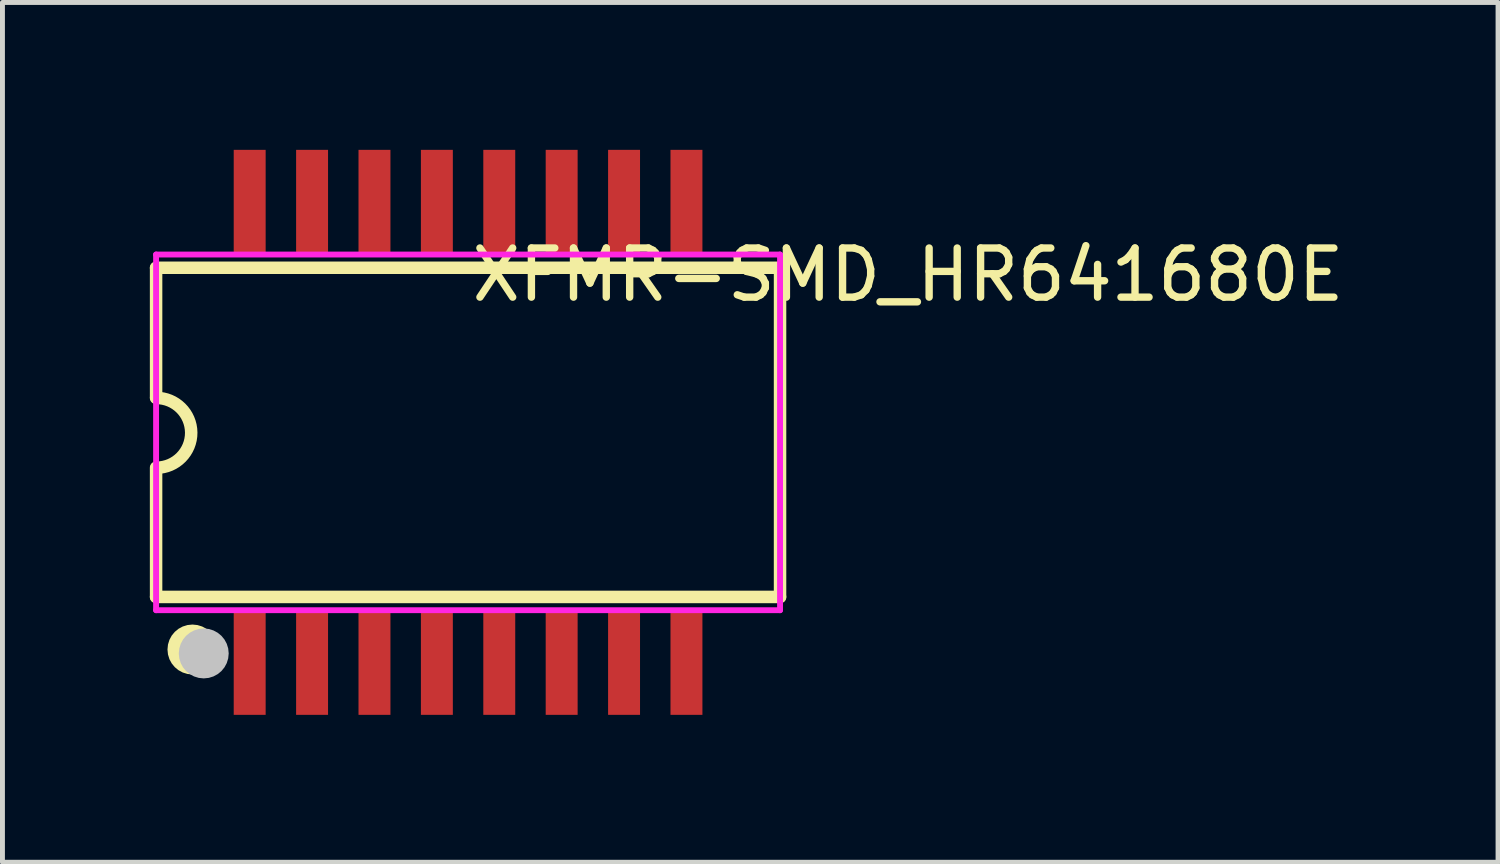
<source format=kicad_pcb>
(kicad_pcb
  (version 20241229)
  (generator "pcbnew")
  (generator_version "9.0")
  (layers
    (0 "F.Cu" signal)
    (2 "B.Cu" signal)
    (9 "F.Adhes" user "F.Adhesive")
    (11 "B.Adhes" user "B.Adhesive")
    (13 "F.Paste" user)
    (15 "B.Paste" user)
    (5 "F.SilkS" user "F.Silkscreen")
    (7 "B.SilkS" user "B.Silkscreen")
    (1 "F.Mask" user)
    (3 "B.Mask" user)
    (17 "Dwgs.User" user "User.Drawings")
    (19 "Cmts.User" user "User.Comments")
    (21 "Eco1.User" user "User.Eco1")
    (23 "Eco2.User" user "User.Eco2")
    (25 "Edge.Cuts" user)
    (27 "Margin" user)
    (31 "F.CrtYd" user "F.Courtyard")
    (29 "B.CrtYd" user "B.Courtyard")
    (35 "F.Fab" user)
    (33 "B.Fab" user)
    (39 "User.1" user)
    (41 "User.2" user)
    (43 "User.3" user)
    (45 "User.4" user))
  (footprint "XFMR-SMD_HR641680E"
    (layer "F.Cu")
    (at 6.477 5.75)
    (property "Reference" "XFMR-SMD_HR641680E" (at 0 -3.207 0) (layer "F.SilkS") (effects (font (size 1 1) (thickness 0.15)) (justify left)))
    (attr through_hole)
    (fp_line (start -6.35 -3.35) (end 6.35 -3.35) (stroke (width 0.254) (type solid)) (layer "F.SilkS"))
    (fp_line (start -6.35 -0.715) (end -6.35 -3.345) (stroke (width 0.254) (type solid)) (layer "F.SilkS"))
    (fp_line (start -6.35 3.35) (end -6.35 0.72) (stroke (width 0.254) (type solid)) (layer "F.SilkS"))
    (fp_line (start -6.35 3.35) (end 6.35 3.35) (stroke (width 0.254) (type solid)) (layer "F.SilkS"))
    (fp_line (start 6.35 3.35) (end 6.35 -3.35) (stroke (width 0.254) (type solid)) (layer "F.SilkS"))
    (fp_arc (start -6.35 -0.7) (mid -5.635 0.005) (end -6.34 0.72) (stroke (width 0.254) (type solid)) (layer "F.SilkS"))
    (fp_circle (center -5.61 4.42) (end -5.356 4.42) (stroke (width 0.508) (type solid)) (fill no) (layer "F.SilkS"))
    (fp_circle (center -5.38 4.5) (end -5.126 4.5) (stroke (width 0.508) (type solid)) (fill no) (layer "Dwgs.User"))
    (fp_line (start -4.699 -4.137) (end -4.191 -4.137) (stroke (width 0.12) (type solid)) (layer "Eco2.User"))
    (fp_line (start -4.699 -3.609) (end -4.699 -4.137) (stroke (width 0.12) (type solid)) (layer "Eco2.User"))
    (fp_line (start -4.699 3.61) (end -4.191 3.61) (stroke (width 0.12) (type solid)) (layer "Eco2.User"))
    (fp_line (start -4.699 4.138) (end -4.699 3.61) (stroke (width 0.12) (type solid)) (layer "Eco2.User"))
    (fp_line (start -4.191 -4.137) (end -4.191 -3.609) (stroke (width 0.12) (type solid)) (layer "Eco2.User"))
    (fp_line (start -4.191 -3.609) (end -4.699 -3.609) (stroke (width 0.12) (type solid)) (layer "Eco2.User"))
    (fp_line (start -4.191 3.61) (end -4.191 4.138) (stroke (width 0.12) (type solid)) (layer "Eco2.User"))
    (fp_line (start -4.191 4.138) (end -4.699 4.138) (stroke (width 0.12) (type solid)) (layer "Eco2.User"))
    (fp_line (start -3.429 -4.137) (end -2.921 -4.137) (stroke (width 0.12) (type solid)) (layer "Eco2.User"))
    (fp_line (start -3.429 -3.609) (end -3.429 -4.137) (stroke (width 0.12) (type solid)) (layer "Eco2.User"))
    (fp_line (start -3.429 3.61) (end -2.921 3.61) (stroke (width 0.12) (type solid)) (layer "Eco2.User"))
    (fp_line (start -3.429 4.138) (end -3.429 3.61) (stroke (width 0.12) (type solid)) (layer "Eco2.User"))
    (fp_line (start -2.921 -4.137) (end -2.921 -3.609) (stroke (width 0.12) (type solid)) (layer "Eco2.User"))
    (fp_line (start -2.921 -3.609) (end -3.429 -3.609) (stroke (width 0.12) (type solid)) (layer "Eco2.User"))
    (fp_line (start -2.921 3.61) (end -2.921 4.138) (stroke (width 0.12) (type solid)) (layer "Eco2.User"))
    (fp_line (start -2.921 4.138) (end -3.429 4.138) (stroke (width 0.12) (type solid)) (layer "Eco2.User"))
    (fp_line (start -2.159 -4.137) (end -1.651 -4.137) (stroke (width 0.12) (type solid)) (layer "Eco2.User"))
    (fp_line (start -2.159 -3.609) (end -2.159 -4.137) (stroke (width 0.12) (type solid)) (layer "Eco2.User"))
    (fp_line (start -2.159 3.61) (end -1.651 3.61) (stroke (width 0.12) (type solid)) (layer "Eco2.User"))
    (fp_line (start -2.159 4.138) (end -2.159 3.61) (stroke (width 0.12) (type solid)) (layer "Eco2.User"))
    (fp_line (start -1.651 -4.137) (end -1.651 -3.609) (stroke (width 0.12) (type solid)) (layer "Eco2.User"))
    (fp_line (start -1.651 -3.609) (end -2.159 -3.609) (stroke (width 0.12) (type solid)) (layer "Eco2.User"))
    (fp_line (start -1.651 3.61) (end -1.651 4.138) (stroke (width 0.12) (type solid)) (layer "Eco2.User"))
    (fp_line (start -1.651 4.138) (end -2.159 4.138) (stroke (width 0.12) (type solid)) (layer "Eco2.User"))
    (fp_line (start -0.889 -4.137) (end -0.381 -4.137) (stroke (width 0.12) (type solid)) (layer "Eco2.User"))
    (fp_line (start -0.889 -3.609) (end -0.889 -4.137) (stroke (width 0.12) (type solid)) (layer "Eco2.User"))
    (fp_line (start -0.889 3.61) (end -0.381 3.61) (stroke (width 0.12) (type solid)) (layer "Eco2.User"))
    (fp_line (start -0.889 4.138) (end -0.889 3.61) (stroke (width 0.12) (type solid)) (layer "Eco2.User"))
    (fp_line (start -0.381 -4.137) (end -0.381 -3.609) (stroke (width 0.12) (type solid)) (layer "Eco2.User"))
    (fp_line (start -0.381 -3.609) (end -0.889 -3.609) (stroke (width 0.12) (type solid)) (layer "Eco2.User"))
    (fp_line (start -0.381 3.61) (end -0.381 4.138) (stroke (width 0.12) (type solid)) (layer "Eco2.User"))
    (fp_line (start -0.381 4.138) (end -0.889 4.138) (stroke (width 0.12) (type solid)) (layer "Eco2.User"))
    (fp_line (start 0.381 -4.137) (end 0.889 -4.137) (stroke (width 0.12) (type solid)) (layer "Eco2.User"))
    (fp_line (start 0.381 -3.609) (end 0.381 -4.137) (stroke (width 0.12) (type solid)) (layer "Eco2.User"))
    (fp_line (start 0.381 3.61) (end 0.889 3.61) (stroke (width 0.12) (type solid)) (layer "Eco2.User"))
    (fp_line (start 0.381 4.138) (end 0.381 3.61) (stroke (width 0.12) (type solid)) (layer "Eco2.User"))
    (fp_line (start 0.889 -4.137) (end 0.889 -3.609) (stroke (width 0.12) (type solid)) (layer "Eco2.User"))
    (fp_line (start 0.889 -3.609) (end 0.381 -3.609) (stroke (width 0.12) (type solid)) (layer "Eco2.User"))
    (fp_line (start 0.889 3.61) (end 0.889 4.138) (stroke (width 0.12) (type solid)) (layer "Eco2.User"))
    (fp_line (start 0.889 4.138) (end 0.381 4.138) (stroke (width 0.12) (type solid)) (layer "Eco2.User"))
    (fp_line (start 1.651 -4.137) (end 2.159 -4.137) (stroke (width 0.12) (type solid)) (layer "Eco2.User"))
    (fp_line (start 1.651 -3.609) (end 1.651 -4.137) (stroke (width 0.12) (type solid)) (layer "Eco2.User"))
    (fp_line (start 1.651 3.61) (end 2.159 3.61) (stroke (width 0.12) (type solid)) (layer "Eco2.User"))
    (fp_line (start 1.651 4.138) (end 1.651 3.61) (stroke (width 0.12) (type solid)) (layer "Eco2.User"))
    (fp_line (start 2.159 -4.137) (end 2.159 -3.609) (stroke (width 0.12) (type solid)) (layer "Eco2.User"))
    (fp_line (start 2.159 -3.609) (end 1.651 -3.609) (stroke (width 0.12) (type solid)) (layer "Eco2.User"))
    (fp_line (start 2.159 3.61) (end 2.159 4.138) (stroke (width 0.12) (type solid)) (layer "Eco2.User"))
    (fp_line (start 2.159 4.138) (end 1.651 4.138) (stroke (width 0.12) (type solid)) (layer "Eco2.User"))
    (fp_line (start 2.921 -4.137) (end 3.429 -4.137) (stroke (width 0.12) (type solid)) (layer "Eco2.User"))
    (fp_line (start 2.921 -3.609) (end 2.921 -4.137) (stroke (width 0.12) (type solid)) (layer "Eco2.User"))
    (fp_line (start 2.921 3.61) (end 3.429 3.61) (stroke (width 0.12) (type solid)) (layer "Eco2.User"))
    (fp_line (start 2.921 4.138) (end 2.921 3.61) (stroke (width 0.12) (type solid)) (layer "Eco2.User"))
    (fp_line (start 3.429 -4.137) (end 3.429 -3.609) (stroke (width 0.12) (type solid)) (layer "Eco2.User"))
    (fp_line (start 3.429 -3.609) (end 2.921 -3.609) (stroke (width 0.12) (type solid)) (layer "Eco2.User"))
    (fp_line (start 3.429 3.61) (end 3.429 4.138) (stroke (width 0.12) (type solid)) (layer "Eco2.User"))
    (fp_line (start 3.429 4.138) (end 2.921 4.138) (stroke (width 0.12) (type solid)) (layer "Eco2.User"))
    (fp_line (start 4.191 -4.137) (end 4.699 -4.137) (stroke (width 0.12) (type solid)) (layer "Eco2.User"))
    (fp_line (start 4.191 -3.609) (end 4.191 -4.137) (stroke (width 0.12) (type solid)) (layer "Eco2.User"))
    (fp_line (start 4.191 3.61) (end 4.699 3.61) (stroke (width 0.12) (type solid)) (layer "Eco2.User"))
    (fp_line (start 4.191 4.138) (end 4.191 3.61) (stroke (width 0.12) (type solid)) (layer "Eco2.User"))
    (fp_line (start 4.699 -4.137) (end 4.699 -3.609) (stroke (width 0.12) (type solid)) (layer "Eco2.User"))
    (fp_line (start 4.699 -3.609) (end 4.191 -3.609) (stroke (width 0.12) (type solid)) (layer "Eco2.User"))
    (fp_line (start 4.699 3.61) (end 4.699 4.138) (stroke (width 0.12) (type solid)) (layer "Eco2.User"))
    (fp_line (start 4.699 4.138) (end 4.191 4.138) (stroke (width 0.12) (type solid)) (layer "Eco2.User"))
    (fp_circle (center -6.35 4.763) (end -6.32 4.763) (stroke (width 0.06) (type solid)) (fill no) (layer "Eco2.User"))
    (fp_poly (pts (xy -4.699 -4.127) (xy -4.699 -4.762) (xy -4.191 -4.762) (xy -4.191 -4.127)) (stroke (width 0.12) (type solid)) (fill no) (layer "Eco2.User"))
    (fp_poly (pts (xy -4.699 4.763) (xy -4.699 4.128) (xy -4.191 4.128) (xy -4.191 4.763)) (stroke (width 0.12) (type solid)) (fill no) (layer "Eco2.User"))
    (fp_poly (pts (xy -3.429 -4.127) (xy -3.429 -4.762) (xy -2.921 -4.762) (xy -2.921 -4.127)) (stroke (width 0.12) (type solid)) (fill no) (layer "Eco2.User"))
    (fp_poly (pts (xy -3.429 4.763) (xy -3.429 4.128) (xy -2.921 4.128) (xy -2.921 4.763)) (stroke (width 0.12) (type solid)) (fill no) (layer "Eco2.User"))
    (fp_poly (pts (xy -2.159 -4.127) (xy -2.159 -4.762) (xy -1.651 -4.762) (xy -1.651 -4.127)) (stroke (width 0.12) (type solid)) (fill no) (layer "Eco2.User"))
    (fp_poly (pts (xy -2.159 4.763) (xy -2.159 4.128) (xy -1.651 4.128) (xy -1.651 4.763)) (stroke (width 0.12) (type solid)) (fill no) (layer "Eco2.User"))
    (fp_poly (pts (xy -0.889 -4.127) (xy -0.889 -4.762) (xy -0.381 -4.762) (xy -0.381 -4.127)) (stroke (width 0.12) (type solid)) (fill no) (layer "Eco2.User"))
    (fp_poly (pts (xy -0.889 4.763) (xy -0.889 4.128) (xy -0.381 4.128) (xy -0.381 4.763)) (stroke (width 0.12) (type solid)) (fill no) (layer "Eco2.User"))
    (fp_poly (pts (xy 0.381 -4.127) (xy 0.381 -4.762) (xy 0.889 -4.762) (xy 0.889 -4.127)) (stroke (width 0.12) (type solid)) (fill no) (layer "Eco2.User"))
    (fp_poly (pts (xy 0.381 4.763) (xy 0.381 4.128) (xy 0.889 4.128) (xy 0.889 4.763)) (stroke (width 0.12) (type solid)) (fill no) (layer "Eco2.User"))
    (fp_poly (pts (xy 1.651 -4.127) (xy 1.651 -4.762) (xy 2.159 -4.762) (xy 2.159 -4.127)) (stroke (width 0.12) (type solid)) (fill no) (layer "Eco2.User"))
    (fp_poly (pts (xy 1.651 4.763) (xy 1.651 4.128) (xy 2.159 4.128) (xy 2.159 4.763)) (stroke (width 0.12) (type solid)) (fill no) (layer "Eco2.User"))
    (fp_poly (pts (xy 2.921 -4.127) (xy 2.921 -4.762) (xy 3.429 -4.762) (xy 3.429 -4.127)) (stroke (width 0.12) (type solid)) (fill no) (layer "Eco2.User"))
    (fp_poly (pts (xy 2.921 4.763) (xy 2.921 4.128) (xy 3.429 4.128) (xy 3.429 4.763)) (stroke (width 0.12) (type solid)) (fill no) (layer "Eco2.User"))
    (fp_poly (pts (xy 4.191 -4.127) (xy 4.191 -4.762) (xy 4.699 -4.762) (xy 4.699 -4.127)) (stroke (width 0.12) (type solid)) (fill no) (layer "Eco2.User"))
    (fp_poly (pts (xy 4.191 4.763) (xy 4.191 4.128) (xy 4.699 4.128) (xy 4.699 4.763)) (stroke (width 0.12) (type solid)) (fill no) (layer "Eco2.User"))
    (fp_line (start -6.35 -3.619) (end 6.35 -3.619) (stroke (width 0.12) (type solid)) (layer "F.CrtYd"))
    (fp_line (start -6.35 3.62) (end -6.35 -3.619) (stroke (width 0.12) (type solid)) (layer "F.CrtYd"))
    (fp_line (start 6.35 -3.619) (end 6.35 3.62) (stroke (width 0.12) (type solid)) (layer "F.CrtYd"))
    (fp_line (start 6.35 3.62) (end -6.35 3.62) (stroke (width 0.12) (type solid)) (layer "F.CrtYd"))
    (pad "1" smd rect (at -4.445 4.7 90) (size 2.1 0.65) (layers "F.Cu" "F.Mask" "F.Paste"))
    (pad "2" smd rect (at -3.175 4.7 90) (size 2.1 0.65) (layers "F.Cu" "F.Mask" "F.Paste"))
    (pad "3" smd rect (at -1.905 4.7 90) (size 2.1 0.65) (layers "F.Cu" "F.Mask" "F.Paste"))
    (pad "4" smd rect (at -0.635 4.7 90) (size 2.1 0.65) (layers "F.Cu" "F.Mask" "F.Paste"))
    (pad "5" smd rect (at 0.635 4.7 90) (size 2.1 0.65) (layers "F.Cu" "F.Mask" "F.Paste"))
    (pad "6" smd rect (at 1.905 4.7 90) (size 2.1 0.65) (layers "F.Cu" "F.Mask" "F.Paste"))
    (pad "7" smd rect (at 3.175 4.7 90) (size 2.1 0.65) (layers "F.Cu" "F.Mask" "F.Paste"))
    (pad "8" smd rect (at 4.445 4.7 90) (size 2.1 0.65) (layers "F.Cu" "F.Mask" "F.Paste"))
    (pad "9" smd rect (at 4.445 -4.7 90) (size 2.1 0.65) (layers "F.Cu" "F.Mask" "F.Paste"))
    (pad "10" smd rect (at 3.175 -4.7 90) (size 2.1 0.65) (layers "F.Cu" "F.Mask" "F.Paste"))
    (pad "11" smd rect (at 1.905 -4.7 90) (size 2.1 0.65) (layers "F.Cu" "F.Mask" "F.Paste"))
    (pad "12" smd rect (at 0.635 -4.7 90) (size 2.1 0.65) (layers "F.Cu" "F.Mask" "F.Paste"))
    (pad "13" smd rect (at -0.635 -4.7 90) (size 2.1 0.65) (layers "F.Cu" "F.Mask" "F.Paste"))
    (pad "14" smd rect (at -1.905 -4.7 90) (size 2.1 0.65) (layers "F.Cu" "F.Mask" "F.Paste"))
    (pad "15" smd rect (at -3.175 -4.7 90) (size 2.1 0.65) (layers "F.Cu" "F.Mask" "F.Paste"))
    (pad "16" smd rect (at -4.445 -4.7 90) (size 2.1 0.65) (layers "F.Cu" "F.Mask" "F.Paste")))
  (gr_rect
    (start -3 -3)
    (end 27.441 14.5)
    (stroke (width 0.1) (type default))
    (fill no)
    (layer "Edge.Cuts")))
</source>
